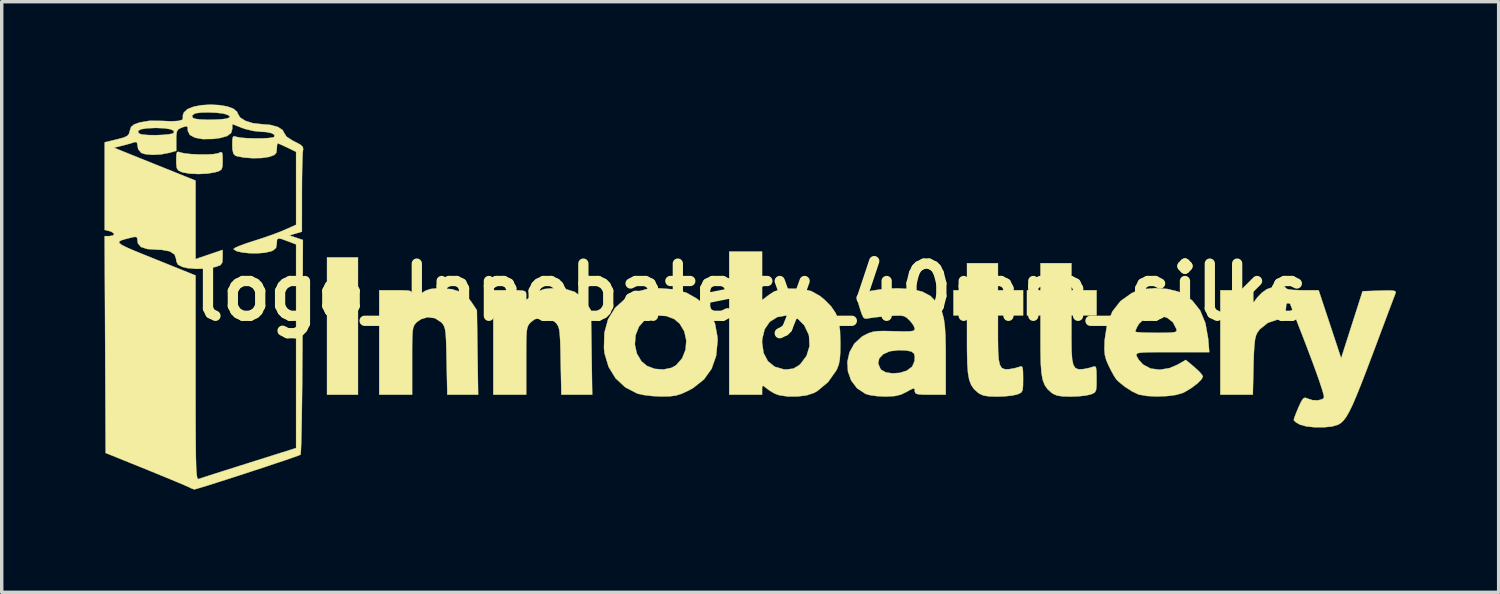
<source format=kicad_pcb>
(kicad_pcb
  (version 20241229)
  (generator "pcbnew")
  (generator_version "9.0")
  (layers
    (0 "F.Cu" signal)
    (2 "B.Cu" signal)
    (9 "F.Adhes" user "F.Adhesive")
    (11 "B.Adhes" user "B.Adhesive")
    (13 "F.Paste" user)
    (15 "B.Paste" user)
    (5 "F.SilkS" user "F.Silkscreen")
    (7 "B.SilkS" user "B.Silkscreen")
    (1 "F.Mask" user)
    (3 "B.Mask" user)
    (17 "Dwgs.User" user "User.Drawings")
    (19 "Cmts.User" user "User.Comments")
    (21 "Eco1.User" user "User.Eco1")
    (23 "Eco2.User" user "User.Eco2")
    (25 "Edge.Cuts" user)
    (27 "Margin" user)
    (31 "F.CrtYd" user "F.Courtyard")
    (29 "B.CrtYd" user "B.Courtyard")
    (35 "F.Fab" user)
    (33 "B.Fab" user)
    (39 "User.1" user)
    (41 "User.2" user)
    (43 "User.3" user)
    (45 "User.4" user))
  (footprint "logo_Innobatery_40mm_silks"
    (layer "F.Cu")
    (at 18.915 5.48)
    (property "Reference" "logo_Innobatery_40mm_silks" (at 0 0 0) (layer "F.SilkS") (effects (font (size 1.524 1.524) (thickness 0.3))))
    (attr through_hole)
    (fp_poly (pts (xy -11.515 2.992) (xy -12.418 2.992) (xy -12.418 -1.016) (xy -11.515 -1.016) (xy -11.515 2.992)) (stroke (width 0.01) (type solid)) (fill yes) (layer "F.SilkS"))
    (fp_poly (pts (xy -16.722 -4.086) (xy -16.596 -4.055) (xy -16.399 -4.032) (xy -16.166 -4.021) (xy -15.931 -4.02) (xy -15.73 -4.031) (xy -15.598 -4.055) (xy -15.583 -4.062) (xy -15.514 -4.091) (xy -15.479 -4.067) (xy -15.467 -3.967) (xy -15.466 -3.843) (xy -15.47 -3.675) (xy -15.498 -3.584) (xy -15.571 -3.535) (xy -15.677 -3.503) (xy -15.906 -3.463) (xy -16.175 -3.45) (xy -16.439 -3.463) (xy -16.646 -3.502) (xy -16.665 -3.509) (xy -16.758 -3.554) (xy -16.804 -3.624) (xy -16.819 -3.755) (xy -16.82 -3.849) (xy -16.816 -4.015) (xy -16.796 -4.09) (xy -16.751 -4.098) (xy -16.722 -4.086)) (stroke (width 0.01) (type solid)) (fill yes) (layer "F.SilkS"))
    (fp_poly (pts (xy -8.772 -0.088) (xy -8.518 -0.008) (xy -8.32 0.138) (xy -8.202 0.288) (xy -8.043 0.528) (xy -8.025 1.76) (xy -8.007 2.992) (xy -8.907 2.992) (xy -8.927 2.008) (xy -8.935 1.652) (xy -8.943 1.391) (xy -8.955 1.207) (xy -8.973 1.081) (xy -8.999 0.997) (xy -9.035 0.934) (xy -9.083 0.879) (xy -9.267 0.759) (xy -9.481 0.73) (xy -9.689 0.792) (xy -9.796 0.872) (xy -9.845 0.926) (xy -9.882 0.982) (xy -9.906 1.061) (xy -9.922 1.178) (xy -9.93 1.353) (xy -9.934 1.602) (xy -9.934 1.944) (xy -9.934 2.001) (xy -9.934 2.992) (xy -10.894 2.992) (xy -10.894 -0.056) (xy -10.414 -0.056) (xy -10.182 -0.055) (xy -10.04 -0.047) (xy -9.966 -0.025) (xy -9.939 0.017) (xy -9.934 0.085) (xy -9.934 0.226) (xy -9.7 0.057) (xy -9.548 -0.041) (xy -9.406 -0.092) (xy -9.226 -0.111) (xy -9.105 -0.113) (xy -8.772 -0.088)) (stroke (width 0.01) (type solid)) (fill yes) (layer "F.SilkS"))
    (fp_poly (pts (xy -5.441 -0.088) (xy -5.187 -0.008) (xy -4.99 0.138) (xy -4.872 0.288) (xy -4.713 0.528) (xy -4.695 1.76) (xy -4.677 2.992) (xy -5.577 2.992) (xy -5.597 2.008) (xy -5.604 1.652) (xy -5.613 1.391) (xy -5.625 1.207) (xy -5.642 1.081) (xy -5.668 0.997) (xy -5.705 0.934) (xy -5.753 0.879) (xy -5.936 0.759) (xy -6.151 0.73) (xy -6.359 0.792) (xy -6.465 0.872) (xy -6.515 0.926) (xy -6.551 0.982) (xy -6.576 1.061) (xy -6.592 1.178) (xy -6.6 1.353) (xy -6.603 1.602) (xy -6.604 1.944) (xy -6.604 2.001) (xy -6.604 2.992) (xy -7.564 2.992) (xy -7.564 -0.056) (xy -7.084 -0.056) (xy -6.851 -0.055) (xy -6.71 -0.047) (xy -6.636 -0.025) (xy -6.608 0.017) (xy -6.604 0.085) (xy -6.604 0.226) (xy -6.37 0.057) (xy -6.218 -0.041) (xy -6.076 -0.092) (xy -5.896 -0.111) (xy -5.775 -0.113) (xy -5.441 -0.088)) (stroke (width 0.01) (type solid)) (fill yes) (layer "F.SilkS"))
    (fp_poly (pts (xy 7.168 -0.056) (xy 7.902 -0.056) (xy 7.902 0.677) (xy 7.168 0.677) (xy 7.168 1.372) (xy 7.173 1.715) (xy 7.189 1.96) (xy 7.224 2.121) (xy 7.282 2.213) (xy 7.37 2.25) (xy 7.494 2.248) (xy 7.512 2.245) (xy 7.675 2.214) (xy 7.801 2.177) (xy 7.803 2.176) (xy 7.855 2.164) (xy 7.885 2.2) (xy 7.899 2.304) (xy 7.902 2.497) (xy 7.902 2.528) (xy 7.9 2.736) (xy 7.887 2.859) (xy 7.851 2.926) (xy 7.781 2.965) (xy 7.724 2.986) (xy 7.577 3.018) (xy 7.364 3.04) (xy 7.139 3.048) (xy 6.904 3.041) (xy 6.746 3.016) (xy 6.63 2.964) (xy 6.577 2.926) (xy 6.467 2.825) (xy 6.386 2.707) (xy 6.329 2.556) (xy 6.293 2.351) (xy 6.273 2.077) (xy 6.266 1.714) (xy 6.265 1.554) (xy 6.265 0.677) (xy 5.87 0.677) (xy 5.87 -0.056) (xy 6.265 -0.056) (xy 6.265 -0.847) (xy 7.168 -0.847) (xy 7.168 -0.056)) (stroke (width 0.01) (type solid)) (fill yes) (layer "F.SilkS"))
    (fp_poly (pts (xy 9.313 -0.056) (xy 10.047 -0.056) (xy 10.047 0.677) (xy 9.313 0.677) (xy 9.313 1.372) (xy 9.318 1.715) (xy 9.334 1.96) (xy 9.369 2.121) (xy 9.427 2.213) (xy 9.515 2.25) (xy 9.638 2.248) (xy 9.657 2.245) (xy 9.82 2.214) (xy 9.946 2.177) (xy 9.948 2.176) (xy 10 2.164) (xy 10.03 2.2) (xy 10.043 2.304) (xy 10.047 2.497) (xy 10.047 2.528) (xy 10.045 2.736) (xy 10.032 2.859) (xy 9.996 2.926) (xy 9.926 2.965) (xy 9.869 2.986) (xy 9.722 3.018) (xy 9.509 3.04) (xy 9.284 3.048) (xy 9.049 3.041) (xy 8.891 3.016) (xy 8.775 2.964) (xy 8.721 2.926) (xy 8.612 2.825) (xy 8.531 2.707) (xy 8.474 2.556) (xy 8.438 2.351) (xy 8.418 2.077) (xy 8.411 1.714) (xy 8.41 1.554) (xy 8.41 0.677) (xy 8.015 0.677) (xy 8.015 -0.056) (xy 8.41 -0.056) (xy 8.41 -0.847) (xy 9.313 -0.847) (xy 9.313 -0.056)) (stroke (width 0.01) (type solid)) (fill yes) (layer "F.SilkS"))
    (fp_poly (pts (xy -2.282 -0.082) (xy -1.928 0.015) (xy -1.625 0.186) (xy -1.536 0.257) (xy -1.266 0.559) (xy -1.092 0.918) (xy -1.018 1.323) (xy -1.016 1.415) (xy -1.06 1.86) (xy -1.192 2.236) (xy -1.415 2.547) (xy -1.731 2.797) (xy -1.874 2.875) (xy -2.07 2.966) (xy -2.236 3.017) (xy -2.419 3.04) (xy -2.667 3.044) (xy -2.676 3.044) (xy -2.927 3.031) (xy -3.166 3.002) (xy -3.346 2.963) (xy -3.361 2.958) (xy -3.712 2.776) (xy -3.995 2.512) (xy -4.199 2.178) (xy -4.315 1.79) (xy -4.333 1.633) (xy -4.33 1.527) (xy -3.432 1.527) (xy -3.375 1.789) (xy -3.241 2.015) (xy -3.081 2.151) (xy -2.853 2.238) (xy -2.599 2.257) (xy -2.36 2.207) (xy -2.23 2.135) (xy -2.051 1.93) (xy -1.951 1.679) (xy -1.93 1.408) (xy -1.987 1.146) (xy -2.122 0.92) (xy -2.281 0.784) (xy -2.509 0.697) (xy -2.764 0.679) (xy -3.002 0.728) (xy -3.132 0.8) (xy -3.312 1.005) (xy -3.411 1.256) (xy -3.432 1.527) (xy -4.33 1.527) (xy -4.32 1.181) (xy -4.213 0.79) (xy -4.01 0.46) (xy -3.714 0.192) (xy -3.495 0.063) (xy -3.284 -0.033) (xy -3.104 -0.087) (xy -2.901 -0.109) (xy -2.71 -0.113) (xy -2.282 -0.082)) (stroke (width 0.01) (type solid)) (fill yes) (layer "F.SilkS"))
    (fp_poly (pts (xy 0.282 0.232) (xy 0.488 0.075) (xy 0.632 -0.018) (xy 0.788 -0.071) (xy 1.001 -0.099) (xy 1.075 -0.103) (xy 1.432 -0.098) (xy 1.721 -0.03) (xy 1.974 0.112) (xy 2.1 0.215) (xy 2.297 0.414) (xy 2.432 0.612) (xy 2.515 0.836) (xy 2.557 1.116) (xy 2.568 1.468) (xy 2.565 1.754) (xy 2.551 1.957) (xy 2.522 2.107) (xy 2.474 2.233) (xy 2.447 2.287) (xy 2.209 2.623) (xy 1.903 2.879) (xy 1.795 2.941) (xy 1.581 3.011) (xy 1.311 3.045) (xy 1.029 3.044) (xy 0.778 3.006) (xy 0.649 2.959) (xy 0.498 2.869) (xy 0.381 2.781) (xy 0.31 2.727) (xy 0.285 2.761) (xy 0.282 2.842) (xy 0.282 2.992) (xy -0.677 2.992) (xy -0.677 1.468) (xy 0.282 1.468) (xy 0.326 1.775) (xy 0.452 2.015) (xy 0.652 2.177) (xy 0.915 2.252) (xy 0.996 2.256) (xy 1.196 2.231) (xy 1.359 2.135) (xy 1.4 2.099) (xy 1.581 1.858) (xy 1.668 1.575) (xy 1.653 1.279) (xy 1.64 1.231) (xy 1.517 0.97) (xy 1.334 0.784) (xy 1.109 0.687) (xy 1.005 0.677) (xy 0.725 0.726) (xy 0.505 0.865) (xy 0.356 1.084) (xy 0.286 1.371) (xy 0.282 1.468) (xy -0.677 1.468) (xy -0.677 -1.185) (xy 0.282 -1.185) (xy 0.282 0.232)) (stroke (width 0.01) (type solid)) (fill yes) (layer "F.SilkS"))
    (fp_poly (pts (xy 12.115 -0.094) (xy 12.425 -0.018) (xy 12.529 0.027) (xy 12.839 0.242) (xy 13.071 0.534) (xy 13.225 0.905) (xy 13.305 1.359) (xy 13.305 1.362) (xy 13.337 1.75) (xy 12.262 1.75) (xy 11.889 1.75) (xy 11.615 1.752) (xy 11.425 1.758) (xy 11.304 1.769) (xy 11.238 1.786) (xy 11.212 1.812) (xy 11.212 1.847) (xy 11.216 1.863) (xy 11.278 1.974) (xy 11.391 2.098) (xy 11.413 2.117) (xy 11.629 2.23) (xy 11.895 2.263) (xy 12.181 2.215) (xy 12.408 2.117) (xy 12.652 1.977) (xy 12.902 2.186) (xy 13.038 2.31) (xy 13.128 2.414) (xy 13.152 2.462) (xy 13.106 2.549) (xy 12.987 2.667) (xy 12.82 2.793) (xy 12.634 2.906) (xy 12.559 2.943) (xy 12.363 2.999) (xy 12.097 3.033) (xy 11.802 3.044) (xy 11.521 3.03) (xy 11.294 2.991) (xy 11.261 2.98) (xy 11.076 2.891) (xy 10.867 2.755) (xy 10.686 2.608) (xy 10.622 2.542) (xy 10.558 2.445) (xy 10.47 2.285) (xy 10.404 2.153) (xy 10.33 1.984) (xy 10.29 1.835) (xy 10.276 1.665) (xy 10.282 1.431) (xy 10.285 1.391) (xy 10.321 1.153) (xy 11.176 1.153) (xy 11.229 1.166) (xy 11.371 1.177) (xy 11.581 1.183) (xy 11.792 1.185) (xy 12.061 1.184) (xy 12.236 1.178) (xy 12.336 1.164) (xy 12.379 1.139) (xy 12.383 1.098) (xy 12.378 1.074) (xy 12.276 0.877) (xy 12.107 0.746) (xy 11.898 0.682) (xy 11.675 0.687) (xy 11.465 0.762) (xy 11.295 0.91) (xy 11.239 0.998) (xy 11.19 1.105) (xy 11.176 1.153) (xy 10.321 1.153) (xy 10.354 0.941) (xy 10.509 0.563) (xy 10.747 0.259) (xy 11.067 0.031) (xy 11.147 -0.007) (xy 11.431 -0.09) (xy 11.768 -0.118) (xy 12.115 -0.094)) (stroke (width 0.01) (type solid)) (fill yes) (layer "F.SilkS"))
    (fp_poly (pts (xy 15.562 -0.14) (xy 15.579 -0.113) (xy 15.632 -0.085) (xy 15.777 -0.066) (xy 15.996 -0.057) (xy 16.054 -0.056) (xy 16.53 -0.056) (xy 16.859 0.936) (xy 17.187 1.929) (xy 17.5 0.95) (xy 17.813 -0.028) (xy 18.311 -0.045) (xy 18.549 -0.051) (xy 18.693 -0.047) (xy 18.764 -0.031) (xy 18.781 0.002) (xy 18.77 0.04) (xy 18.741 0.117) (xy 18.677 0.286) (xy 18.584 0.532) (xy 18.468 0.842) (xy 18.333 1.201) (xy 18.186 1.595) (xy 18.138 1.722) (xy 17.94 2.246) (xy 17.775 2.674) (xy 17.637 3.017) (xy 17.522 3.285) (xy 17.423 3.489) (xy 17.337 3.638) (xy 17.258 3.744) (xy 17.181 3.817) (xy 17.103 3.866) (xy 16.929 3.918) (xy 16.687 3.944) (xy 16.421 3.944) (xy 16.171 3.917) (xy 15.988 3.867) (xy 15.866 3.799) (xy 15.806 3.737) (xy 15.804 3.73) (xy 15.826 3.651) (xy 15.882 3.504) (xy 15.944 3.357) (xy 16.025 3.185) (xy 16.084 3.099) (xy 16.139 3.08) (xy 16.194 3.101) (xy 16.348 3.151) (xy 16.51 3.158) (xy 16.64 3.123) (xy 16.688 3.073) (xy 16.678 2.999) (xy 16.63 2.834) (xy 16.551 2.594) (xy 16.444 2.292) (xy 16.316 1.944) (xy 16.171 1.563) (xy 16.165 1.545) (xy 15.607 0.106) (xy 15.579 0.433) (xy 15.56 0.617) (xy 15.531 0.718) (xy 15.474 0.766) (xy 15.367 0.79) (xy 15.344 0.794) (xy 15.047 0.894) (xy 14.813 1.082) (xy 14.747 1.169) (xy 14.706 1.251) (xy 14.676 1.366) (xy 14.655 1.533) (xy 14.64 1.772) (xy 14.629 2.101) (xy 14.628 2.156) (xy 14.609 2.992) (xy 13.66 2.992) (xy 13.66 -0.056) (xy 14.619 -0.056) (xy 14.621 0.127) (xy 14.623 0.31) (xy 14.74 0.154) (xy 14.873 0.016) (xy 15.017 -0.086) (xy 15.159 -0.137) (xy 15.321 -0.164) (xy 15.468 -0.165) (xy 15.562 -0.14)) (stroke (width 0.01) (type solid)) (fill yes) (layer "F.SilkS"))
    (fp_poly (pts (xy 4.642 -0.09) (xy 4.957 -0.017) (xy 5.198 0.111) (xy 5.382 0.3) (xy 5.404 0.332) (xy 5.484 0.468) (xy 5.545 0.612) (xy 5.589 0.783) (xy 5.618 0.999) (xy 5.635 1.277) (xy 5.643 1.637) (xy 5.644 1.961) (xy 5.644 2.992) (xy 5.193 2.992) (xy 4.968 2.989) (xy 4.833 2.978) (xy 4.765 2.953) (xy 4.743 2.908) (xy 4.741 2.882) (xy 4.735 2.821) (xy 4.697 2.81) (xy 4.605 2.851) (xy 4.501 2.909) (xy 4.333 2.99) (xy 4.156 3.032) (xy 3.924 3.045) (xy 3.866 3.045) (xy 3.639 3.034) (xy 3.432 3.005) (xy 3.302 2.968) (xy 3.054 2.803) (xy 2.883 2.577) (xy 2.789 2.312) (xy 2.776 2.077) (xy 3.67 2.077) (xy 3.735 2.234) (xy 3.762 2.267) (xy 3.893 2.34) (xy 4.087 2.37) (xy 4.303 2.355) (xy 4.5 2.294) (xy 4.512 2.288) (xy 4.665 2.172) (xy 4.733 2.01) (xy 4.741 1.892) (xy 4.72 1.793) (xy 4.644 1.732) (xy 4.494 1.701) (xy 4.265 1.693) (xy 4.012 1.724) (xy 3.821 1.808) (xy 3.703 1.93) (xy 3.67 2.077) (xy 2.776 2.077) (xy 2.773 2.03) (xy 2.835 1.753) (xy 2.976 1.502) (xy 3.195 1.3) (xy 3.274 1.254) (xy 3.399 1.194) (xy 3.517 1.156) (xy 3.659 1.137) (xy 3.854 1.133) (xy 4.132 1.139) (xy 4.135 1.139) (xy 4.405 1.146) (xy 4.582 1.144) (xy 4.684 1.131) (xy 4.731 1.105) (xy 4.741 1.067) (xy 4.704 0.969) (xy 4.611 0.846) (xy 4.586 0.82) (xy 4.503 0.743) (xy 4.424 0.699) (xy 4.317 0.682) (xy 4.151 0.685) (xy 3.979 0.696) (xy 3.745 0.716) (xy 3.538 0.739) (xy 3.399 0.76) (xy 3.384 0.763) (xy 3.3 0.775) (xy 3.243 0.741) (xy 3.194 0.641) (xy 3.144 0.493) (xy 3.091 0.316) (xy 3.056 0.18) (xy 3.048 0.129) (xy 3.101 0.072) (xy 3.244 0.015) (xy 3.456 -0.037) (xy 3.714 -0.078) (xy 3.995 -0.105) (xy 4.239 -0.113) (xy 4.642 -0.09)) (stroke (width 0.01) (type solid)) (fill yes) (layer "F.SilkS"))
    (fp_poly (pts (xy -15.565 -5.462) (xy -15.333 -5.423) (xy -15.151 -5.357) (xy -15.043 -5.265) (xy -15.026 -5.216) (xy -14.957 -5.101) (xy -14.802 -5.003) (xy -14.59 -4.935) (xy -14.349 -4.907) (xy -14.071 -4.883) (xy -13.853 -4.823) (xy -13.713 -4.733) (xy -13.671 -4.651) (xy -13.601 -4.541) (xy -13.422 -4.425) (xy -13.371 -4.4) (xy -13.206 -4.314) (xy -13.127 -4.245) (xy -13.114 -4.173) (xy -13.119 -4.151) (xy -13.129 -4.061) (xy -13.137 -3.877) (xy -13.144 -3.619) (xy -13.149 -3.305) (xy -13.151 -2.955) (xy -13.151 -2.901) (xy -13.152 -1.766) (xy -13.335 -1.712) (xy -13.518 -1.658) (xy -13.321 -1.591) (xy -13.123 -1.525) (xy -13.136 1.59) (xy -13.14 2.173) (xy -13.144 2.722) (xy -13.15 3.226) (xy -13.156 3.675) (xy -13.163 4.059) (xy -13.171 4.368) (xy -13.179 4.591) (xy -13.188 4.718) (xy -13.193 4.743) (xy -13.255 4.77) (xy -13.409 4.824) (xy -13.636 4.903) (xy -13.921 4.998) (xy -14.246 5.107) (xy -14.595 5.221) (xy -14.951 5.338) (xy -15.298 5.45) (xy -15.618 5.552) (xy -15.895 5.64) (xy -16.112 5.706) (xy -16.252 5.747) (xy -16.297 5.757) (xy -16.381 5.726) (xy -16.384 5.724) (xy -16.444 5.694) (xy -16.593 5.628) (xy -16.818 5.533) (xy -17.102 5.415) (xy -17.431 5.28) (xy -17.649 5.191) (xy -18.881 4.693) (xy -18.895 1.528) (xy -18.91 -1.637) (xy -18.768 -1.637) (xy -18.653 -1.66) (xy -18.636 -1.712) (xy -18.719 -1.768) (xy -18.768 -1.783) (xy -18.909 -1.818) (xy -18.909 -4.217) (xy -18.638 -4.217) (xy -17.447 -3.737) (xy -16.256 -3.258) (xy -16.256 -0.966) (xy -15.466 -1.235) (xy -15.466 -1.015) (xy -15.475 -0.869) (xy -15.525 -0.794) (xy -15.648 -0.745) (xy -15.677 -0.737) (xy -15.937 -0.691) (xy -16.228 -0.681) (xy -16.499 -0.704) (xy -16.643 -0.739) (xy -16.771 -0.806) (xy -16.818 -0.905) (xy -16.82 -0.956) (xy -16.867 -1.1) (xy -17.008 -1.193) (xy -17.247 -1.237) (xy -17.384 -1.242) (xy -17.666 -1.261) (xy -17.849 -1.321) (xy -17.938 -1.423) (xy -17.949 -1.495) (xy -17.962 -1.595) (xy -18.024 -1.617) (xy -18.105 -1.601) (xy -18.284 -1.557) (xy -18.413 -1.519) (xy -18.482 -1.482) (xy -18.486 -1.439) (xy -18.418 -1.384) (xy -18.271 -1.309) (xy -18.037 -1.208) (xy -17.711 -1.075) (xy -17.436 -0.964) (xy -16.256 -0.489) (xy -16.256 2.499) (xy -16.256 3.158) (xy -16.255 3.714) (xy -16.253 4.173) (xy -16.25 4.546) (xy -16.246 4.841) (xy -16.24 5.066) (xy -16.232 5.231) (xy -16.221 5.343) (xy -16.208 5.412) (xy -16.193 5.447) (xy -16.174 5.455) (xy -16.166 5.453) (xy -16.089 5.427) (xy -15.92 5.372) (xy -15.674 5.293) (xy -15.368 5.196) (xy -15.015 5.084) (xy -14.698 4.984) (xy -13.321 4.55) (xy -13.321 -1.396) (xy -13.563 -1.488) (xy -13.74 -1.553) (xy -13.836 -1.571) (xy -13.877 -1.536) (xy -13.885 -1.444) (xy -13.885 -1.417) (xy -13.908 -1.292) (xy -13.996 -1.217) (xy -14.063 -1.191) (xy -14.238 -1.152) (xy -14.454 -1.135) (xy -14.682 -1.138) (xy -14.891 -1.16) (xy -15.053 -1.197) (xy -15.139 -1.249) (xy -15.145 -1.263) (xy -15.099 -1.298) (xy -14.965 -1.356) (xy -14.767 -1.428) (xy -14.563 -1.494) (xy -14.278 -1.586) (xy -13.994 -1.685) (xy -13.753 -1.777) (xy -13.645 -1.823) (xy -13.321 -1.969) (xy -13.321 -4.098) (xy -13.576 -4.222) (xy -13.728 -4.293) (xy -13.833 -4.338) (xy -13.859 -4.346) (xy -13.877 -4.297) (xy -13.885 -4.179) (xy -13.885 -4.179) (xy -13.898 -4.07) (xy -13.957 -4.006) (xy -14.091 -3.956) (xy -14.125 -3.947) (xy -14.33 -3.917) (xy -14.587 -3.912) (xy -14.846 -3.931) (xy -15.055 -3.972) (xy -15.089 -3.984) (xy -15.15 -4.041) (xy -15.179 -4.168) (xy -15.184 -4.3) (xy -15.18 -4.464) (xy -15.161 -4.54) (xy -15.113 -4.551) (xy -15.057 -4.533) (xy -14.938 -4.51) (xy -14.754 -4.496) (xy -14.535 -4.489) (xy -14.315 -4.49) (xy -14.124 -4.5) (xy -13.996 -4.518) (xy -13.962 -4.533) (xy -13.953 -4.593) (xy -14.038 -4.643) (xy -14.196 -4.676) (xy -14.349 -4.684) (xy -14.565 -4.707) (xy -14.805 -4.764) (xy -14.899 -4.797) (xy -15.184 -4.909) (xy -15.184 -4.771) (xy -15.219 -4.647) (xy -15.334 -4.559) (xy -15.54 -4.501) (xy -15.747 -4.474) (xy -16.042 -4.469) (xy -16.272 -4.51) (xy -16.423 -4.592) (xy -16.482 -4.709) (xy -16.482 -4.717) (xy -16.487 -4.818) (xy -16.523 -4.847) (xy -16.623 -4.819) (xy -16.676 -4.799) (xy -16.76 -4.756) (xy -16.803 -4.686) (xy -16.819 -4.558) (xy -16.82 -4.435) (xy -16.82 -4.126) (xy -17.032 -4.067) (xy -17.268 -4.023) (xy -17.513 -4.01) (xy -17.726 -4.03) (xy -17.84 -4.066) (xy -17.929 -4.17) (xy -17.949 -4.27) (xy -17.966 -4.372) (xy -18.026 -4.385) (xy -18.041 -4.379) (xy -18.151 -4.344) (xy -18.317 -4.298) (xy -18.386 -4.281) (xy -18.638 -4.217) (xy -18.909 -4.217) (xy -18.909 -4.375) (xy -18.557 -4.46) (xy -18.363 -4.511) (xy -18.253 -4.56) (xy -18.199 -4.623) (xy -18.177 -4.707) (xy -17.937 -4.707) (xy -17.916 -4.644) (xy -17.893 -4.626) (xy -17.799 -4.601) (xy -17.632 -4.587) (xy -17.425 -4.584) (xy -17.213 -4.592) (xy -17.032 -4.609) (xy -16.917 -4.634) (xy -16.897 -4.646) (xy -16.886 -4.706) (xy -16.975 -4.754) (xy -17.154 -4.785) (xy -17.41 -4.796) (xy -17.413 -4.796) (xy -17.678 -4.785) (xy -17.855 -4.755) (xy -17.937 -4.707) (xy -18.177 -4.707) (xy -18.175 -4.711) (xy -18.139 -4.822) (xy -18.055 -4.894) (xy -17.893 -4.954) (xy -17.599 -5.004) (xy -17.243 -5.001) (xy -16.965 -4.989) (xy -16.761 -5) (xy -16.644 -5.032) (xy -16.625 -5.084) (xy -16.626 -5.085) (xy -16.626 -5.153) (xy -16.362 -5.153) (xy -16.336 -5.09) (xy -16.27 -5.062) (xy -16.134 -5.044) (xy -15.934 -5.035) (xy -15.711 -5.037) (xy -15.506 -5.047) (xy -15.358 -5.066) (xy -15.326 -5.075) (xy -15.25 -5.111) (xy -15.269 -5.146) (xy -15.336 -5.184) (xy -15.458 -5.217) (xy -15.65 -5.239) (xy -15.873 -5.249) (xy -16.085 -5.245) (xy -16.245 -5.225) (xy -16.28 -5.215) (xy -16.362 -5.153) (xy -16.626 -5.153) (xy -16.626 -5.168) (xy -16.597 -5.246) (xy -16.49 -5.346) (xy -16.308 -5.417) (xy -16.077 -5.46) (xy -15.821 -5.475) (xy -15.565 -5.462)) (stroke (width 0.01) (type solid)) (fill yes) (layer "F.SilkS")))
  (gr_rect
    (start -3 -3)
    (end 40.7 14.242)
    (stroke (width 0.1) (type default))
    (fill no)
    (layer "Edge.Cuts")))
</source>
